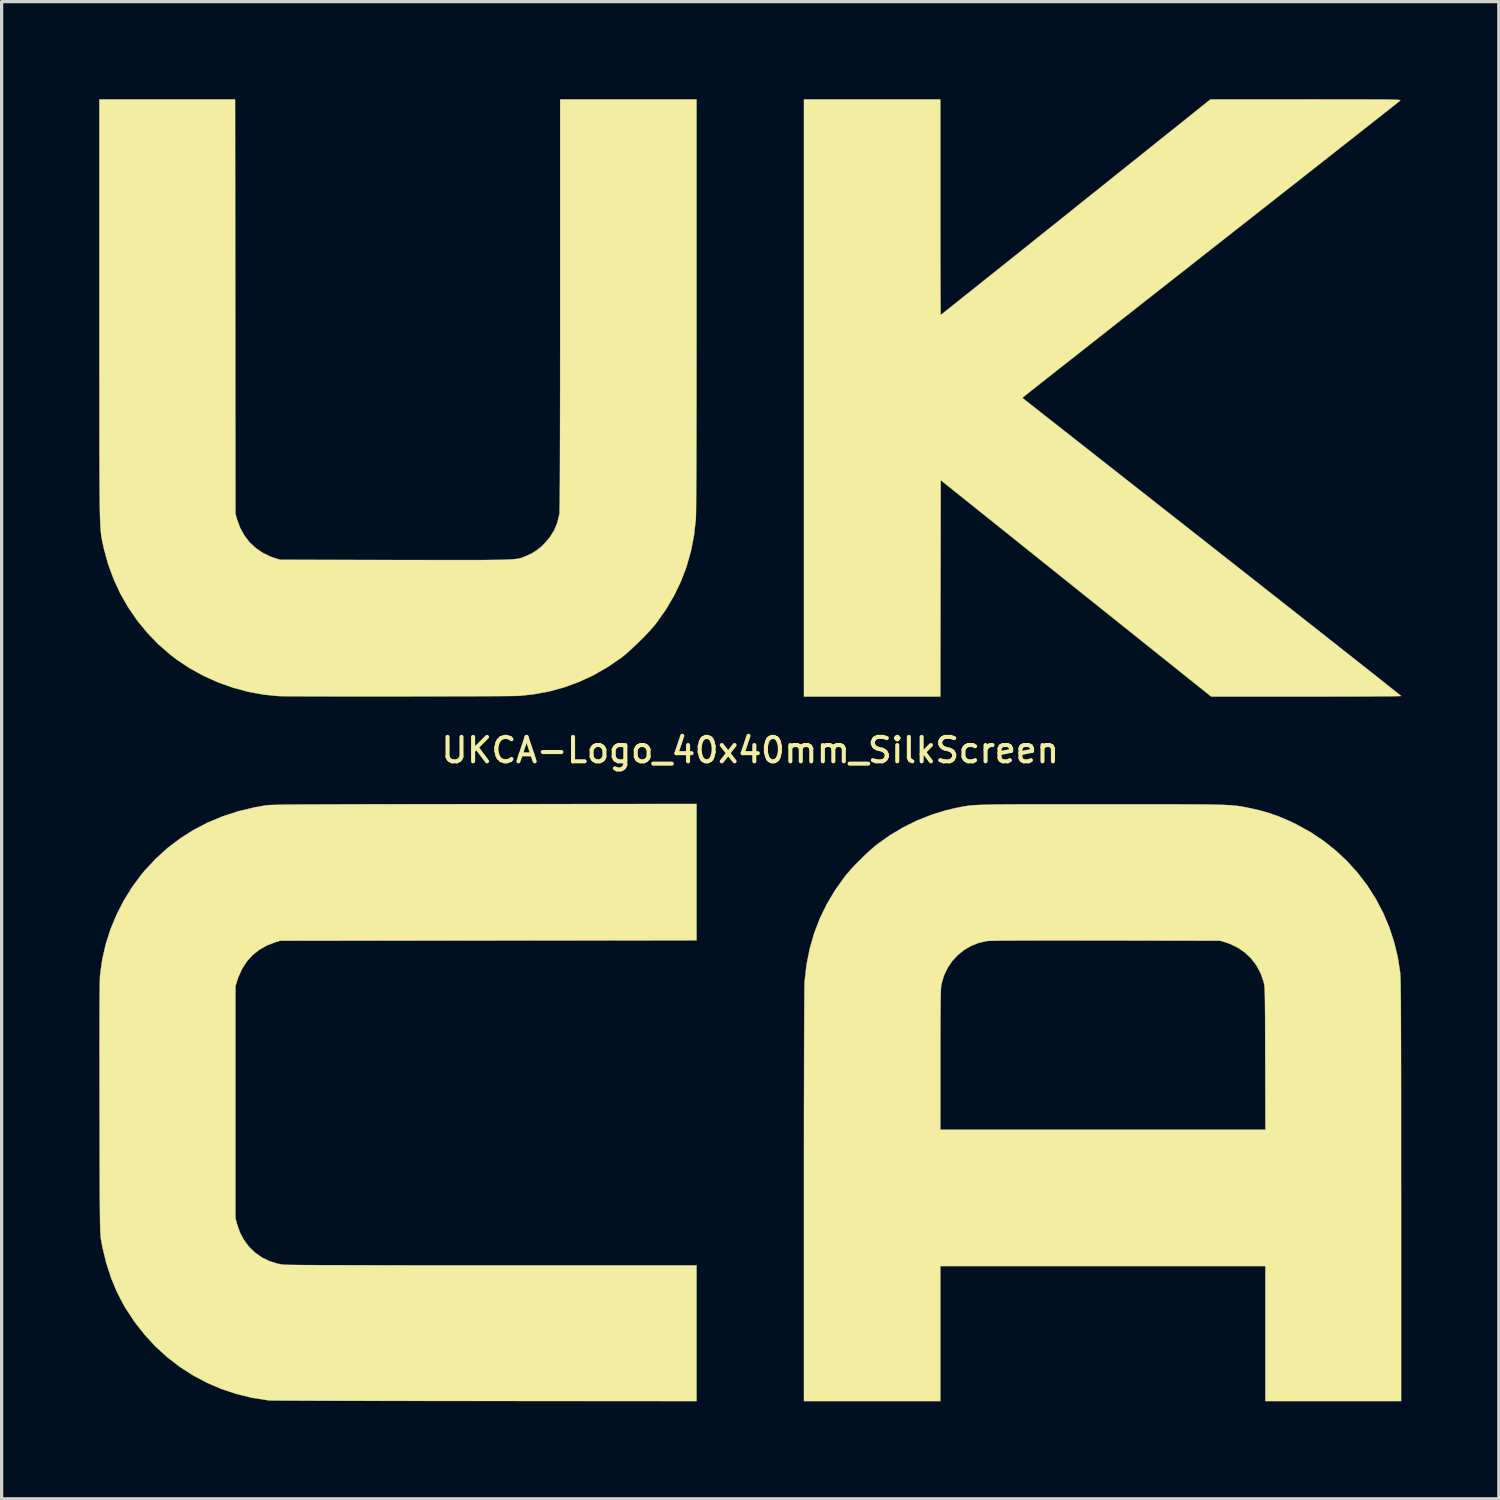
<source format=kicad_pcb>
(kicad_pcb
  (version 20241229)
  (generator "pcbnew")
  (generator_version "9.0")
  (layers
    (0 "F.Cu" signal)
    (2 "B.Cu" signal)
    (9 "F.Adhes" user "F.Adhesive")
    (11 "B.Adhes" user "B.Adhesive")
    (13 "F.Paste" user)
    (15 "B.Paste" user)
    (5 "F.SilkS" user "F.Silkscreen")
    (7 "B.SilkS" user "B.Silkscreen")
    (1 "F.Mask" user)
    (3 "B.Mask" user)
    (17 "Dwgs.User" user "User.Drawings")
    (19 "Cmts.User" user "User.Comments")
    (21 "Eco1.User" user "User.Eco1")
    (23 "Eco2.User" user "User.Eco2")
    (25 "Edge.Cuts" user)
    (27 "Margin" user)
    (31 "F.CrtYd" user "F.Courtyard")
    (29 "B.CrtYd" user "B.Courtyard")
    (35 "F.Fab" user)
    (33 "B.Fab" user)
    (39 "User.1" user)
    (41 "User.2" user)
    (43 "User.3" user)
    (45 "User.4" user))
  (footprint "UKCA-Logo_40x40mm_SilkScreen"
    (layer "F.Cu")
    (at 20.008 20.008)
    (property "Reference" "UKCA-Logo_40x40mm_SilkScreen" (at 0 0 0) (layer "F.SilkS") (effects (font (size 0.75 0.75) (thickness 0.125))))
    (attr exclude_from_pos_files exclude_from_bom allow_missing_courtyard)
    (fp_poly (pts (xy 5.842 -16.69) (xy 5.842 -16.319) (xy 5.842 -15.96) (xy 5.843 -15.614) (xy 5.843 -15.285) (xy 5.844 -14.975) (xy 5.844 -14.685) (xy 5.845 -14.418) (xy 5.846 -14.176) (xy 5.847 -13.962) (xy 5.848 -13.777) (xy 5.849 -13.625) (xy 5.85 -13.507) (xy 5.851 -13.426) (xy 5.852 -13.383) (xy 5.853 -13.377) (xy 5.87 -13.39) (xy 5.919 -13.429) (xy 5.998 -13.491) (xy 6.106 -13.577) (xy 6.241 -13.685) (xy 6.403 -13.813) (xy 6.589 -13.962) (xy 6.798 -14.128) (xy 7.029 -14.313) (xy 7.281 -14.514) (xy 7.552 -14.73) (xy 7.84 -14.96) (xy 8.144 -15.203) (xy 8.463 -15.458) (xy 8.796 -15.724) (xy 9.141 -16) (xy 9.496 -16.284) (xy 9.861 -16.575) (xy 10.004 -16.69) (xy 14.145 -20.003) (xy 17.078 -20.003) (xy 17.489 -20.002) (xy 17.86 -20.002) (xy 18.192 -20.002) (xy 18.488 -20.002) (xy 18.75 -20.002) (xy 18.98 -20.001) (xy 19.179 -20.001) (xy 19.351 -20) (xy 19.497 -19.999) (xy 19.619 -19.997) (xy 19.719 -19.995) (xy 19.799 -19.993) (xy 19.861 -19.991) (xy 19.907 -19.988) (xy 19.94 -19.985) (xy 19.961 -19.982) (xy 19.973 -19.978) (xy 19.977 -19.973) (xy 19.975 -19.968) (xy 19.97 -19.963) (xy 19.951 -19.947) (xy 19.899 -19.906) (xy 19.816 -19.84) (xy 19.704 -19.752) (xy 19.563 -19.641) (xy 19.395 -19.508) (xy 19.201 -19.356) (xy 18.982 -19.183) (xy 18.74 -18.993) (xy 18.475 -18.784) (xy 18.189 -18.56) (xy 17.883 -18.319) (xy 17.559 -18.064) (xy 17.216 -17.795) (xy 16.858 -17.513) (xy 16.484 -17.22) (xy 16.097 -16.915) (xy 15.697 -16.601) (xy 15.285 -16.277) (xy 14.863 -15.946) (xy 14.432 -15.608) (xy 14.192 -15.42) (xy 13.757 -15.078) (xy 13.33 -14.742) (xy 12.912 -14.414) (xy 12.505 -14.095) (xy 12.11 -13.785) (xy 11.729 -13.485) (xy 11.362 -13.196) (xy 11.01 -12.92) (xy 10.676 -12.657) (xy 10.359 -12.408) (xy 10.062 -12.174) (xy 9.785 -11.956) (xy 9.53 -11.756) (xy 9.298 -11.573) (xy 9.09 -11.409) (xy 8.907 -11.265) (xy 8.751 -11.142) (xy 8.623 -11.041) (xy 8.524 -10.962) (xy 8.454 -10.907) (xy 8.417 -10.877) (xy 8.41 -10.871) (xy 8.364 -10.827) (xy 14.183 -6.256) (xy 14.621 -5.911) (xy 15.051 -5.574) (xy 15.471 -5.244) (xy 15.879 -4.922) (xy 16.276 -4.61) (xy 16.659 -4.309) (xy 17.028 -4.019) (xy 17.381 -3.741) (xy 17.717 -3.476) (xy 18.035 -3.226) (xy 18.333 -2.99) (xy 18.611 -2.771) (xy 18.868 -2.569) (xy 19.101 -2.384) (xy 19.311 -2.219) (xy 19.495 -2.073) (xy 19.652 -1.948) (xy 19.782 -1.845) (xy 19.883 -1.765) (xy 19.954 -1.708) (xy 19.994 -1.675) (xy 20.003 -1.668) (xy 19.982 -1.666) (xy 19.921 -1.664) (xy 19.823 -1.662) (xy 19.69 -1.66) (xy 19.524 -1.659) (xy 19.327 -1.657) (xy 19.103 -1.656) (xy 18.854 -1.654) (xy 18.581 -1.653) (xy 18.288 -1.652) (xy 17.977 -1.652) (xy 17.65 -1.651) (xy 17.309 -1.651) (xy 17.084 -1.651) (xy 14.166 -1.651) (xy 10.009 -4.976) (xy 5.853 -8.302) (xy 5.847 -4.976) (xy 5.842 -1.651) (xy 1.651 -1.651) (xy 1.651 -20.003) (xy 5.842 -20.003) (xy 5.842 -16.69)) (stroke (width 0.01) (type solid)) (fill yes) (layer "F.SilkS"))
    (fp_poly (pts (xy -1.651 5.842) (xy -14.446 5.853) (xy -14.604 5.902) (xy -14.864 6.003) (xy -15.096 6.136) (xy -15.3 6.3) (xy -15.475 6.495) (xy -15.619 6.719) (xy -15.732 6.97) (xy -15.763 7.06) (xy -15.822 7.25) (xy -15.822 14.383) (xy -15.775 14.559) (xy -15.686 14.816) (xy -15.563 15.048) (xy -15.409 15.255) (xy -15.227 15.434) (xy -15.019 15.583) (xy -14.788 15.698) (xy -14.537 15.778) (xy -14.365 15.81) (xy -14.329 15.813) (xy -14.257 15.815) (xy -14.15 15.817) (xy -14.007 15.819) (xy -13.827 15.821) (xy -13.61 15.823) (xy -13.356 15.824) (xy -13.064 15.826) (xy -12.735 15.827) (xy -12.366 15.828) (xy -11.959 15.829) (xy -11.512 15.83) (xy -11.025 15.831) (xy -10.498 15.832) (xy -9.931 15.832) (xy -9.322 15.832) (xy -8.672 15.833) (xy -7.981 15.833) (xy -1.651 15.833) (xy -1.651 20.003) (xy -8.154 20) (xy -8.678 19.999) (xy -9.192 19.999) (xy -9.693 19.999) (xy -10.182 19.998) (xy -10.655 19.997) (xy -11.111 19.997) (xy -11.549 19.996) (xy -11.967 19.995) (xy -12.362 19.994) (xy -12.735 19.993) (xy -13.082 19.992) (xy -13.402 19.991) (xy -13.694 19.99) (xy -13.956 19.988) (xy -14.186 19.987) (xy -14.382 19.986) (xy -14.544 19.984) (xy -14.668 19.983) (xy -14.754 19.982) (xy -14.8 19.98) (xy -14.806 19.98) (xy -15.304 19.902) (xy -15.786 19.785) (xy -16.253 19.63) (xy -16.701 19.437) (xy -17.13 19.209) (xy -17.537 18.947) (xy -17.922 18.65) (xy -18.282 18.321) (xy -18.615 17.96) (xy -18.921 17.569) (xy -19.197 17.149) (xy -19.276 17.014) (xy -19.477 16.621) (xy -19.648 16.205) (xy -19.791 15.762) (xy -19.906 15.29) (xy -19.953 15.039) (xy -19.958 15.01) (xy -19.962 14.978) (xy -19.966 14.941) (xy -19.969 14.896) (xy -19.973 14.842) (xy -19.976 14.776) (xy -19.978 14.698) (xy -19.98 14.605) (xy -19.983 14.494) (xy -19.984 14.365) (xy -19.986 14.215) (xy -19.988 14.043) (xy -19.989 13.846) (xy -19.99 13.623) (xy -19.992 13.371) (xy -19.993 13.089) (xy -19.994 12.775) (xy -19.994 12.427) (xy -19.995 12.043) (xy -19.996 11.622) (xy -19.997 11.16) (xy -19.998 10.986) (xy -19.998 10.452) (xy -19.999 9.959) (xy -19.999 9.507) (xy -20 9.094) (xy -19.999 8.72) (xy -19.999 8.384) (xy -19.998 8.084) (xy -19.997 7.82) (xy -19.995 7.591) (xy -19.994 7.395) (xy -19.992 7.232) (xy -19.989 7.101) (xy -19.987 7.002) (xy -19.984 6.932) (xy -19.981 6.9) (xy -19.914 6.423) (xy -19.806 5.952) (xy -19.658 5.491) (xy -19.471 5.043) (xy -19.248 4.61) (xy -18.989 4.195) (xy -18.696 3.802) (xy -18.602 3.69) (xy -18.265 3.329) (xy -17.902 3) (xy -17.514 2.706) (xy -17.101 2.445) (xy -16.665 2.219) (xy -16.207 2.029) (xy -15.726 1.873) (xy -15.225 1.754) (xy -14.92 1.7) (xy -14.895 1.697) (xy -14.867 1.693) (xy -14.833 1.69) (xy -14.794 1.687) (xy -14.747 1.685) (xy -14.691 1.682) (xy -14.625 1.68) (xy -14.547 1.678) (xy -14.455 1.676) (xy -14.349 1.674) (xy -14.226 1.672) (xy -14.085 1.671) (xy -13.926 1.669) (xy -13.746 1.668) (xy -13.544 1.667) (xy -13.318 1.666) (xy -13.068 1.665) (xy -12.792 1.664) (xy -12.487 1.663) (xy -12.154 1.662) (xy -11.789 1.661) (xy -11.393 1.661) (xy -10.964 1.66) (xy -10.499 1.659) (xy -9.998 1.659) (xy -9.459 1.658) (xy -8.881 1.657) (xy -8.263 1.657) (xy -8.165 1.657) (xy -1.651 1.65) (xy -1.651 5.842)) (stroke (width 0.01) (type solid)) (fill yes) (layer "F.SilkS"))
    (fp_poly (pts (xy -15.828 -13.637) (xy -15.822 -7.271) (xy -15.775 -7.101) (xy -15.681 -6.842) (xy -15.553 -6.607) (xy -15.394 -6.398) (xy -15.204 -6.218) (xy -14.985 -6.068) (xy -14.741 -5.95) (xy -14.604 -5.902) (xy -14.446 -5.853) (xy -10.923 -5.847) (xy -10.459 -5.846) (xy -10.034 -5.846) (xy -9.648 -5.845) (xy -9.299 -5.845) (xy -8.984 -5.845) (xy -8.701 -5.845) (xy -8.449 -5.845) (xy -8.225 -5.846) (xy -8.028 -5.848) (xy -7.855 -5.85) (xy -7.705 -5.852) (xy -7.575 -5.855) (xy -7.464 -5.859) (xy -7.37 -5.864) (xy -7.29 -5.869) (xy -7.222 -5.876) (xy -7.165 -5.883) (xy -7.117 -5.891) (xy -7.076 -5.9) (xy -7.039 -5.911) (xy -7.005 -5.922) (xy -6.972 -5.935) (xy -6.937 -5.949) (xy -6.912 -5.959) (xy -6.724 -6.045) (xy -6.562 -6.144) (xy -6.41 -6.268) (xy -6.338 -6.338) (xy -6.163 -6.54) (xy -6.027 -6.758) (xy -5.928 -6.996) (xy -5.866 -7.254) (xy -5.865 -7.26) (xy -5.862 -7.294) (xy -5.86 -7.364) (xy -5.858 -7.471) (xy -5.856 -7.615) (xy -5.854 -7.797) (xy -5.852 -8.016) (xy -5.85 -8.274) (xy -5.849 -8.57) (xy -5.848 -8.904) (xy -5.847 -9.279) (xy -5.846 -9.692) (xy -5.845 -10.146) (xy -5.844 -10.639) (xy -5.843 -11.174) (xy -5.843 -11.749) (xy -5.842 -12.366) (xy -5.842 -13.024) (xy -5.842 -13.7) (xy -5.842 -20.003) (xy -1.651 -20.003) (xy -1.651 -13.69) (xy -1.651 -12.998) (xy -1.651 -12.342) (xy -1.652 -11.724) (xy -1.652 -11.141) (xy -1.653 -10.597) (xy -1.654 -10.09) (xy -1.655 -9.62) (xy -1.656 -9.19) (xy -1.657 -8.798) (xy -1.658 -8.445) (xy -1.66 -8.132) (xy -1.662 -7.859) (xy -1.663 -7.626) (xy -1.665 -7.434) (xy -1.667 -7.282) (xy -1.67 -7.173) (xy -1.672 -7.105) (xy -1.673 -7.091) (xy -1.731 -6.587) (xy -1.827 -6.101) (xy -1.962 -5.631) (xy -2.136 -5.177) (xy -2.35 -4.736) (xy -2.604 -4.308) (xy -2.897 -3.895) (xy -2.982 -3.792) (xy -3.092 -3.668) (xy -3.221 -3.532) (xy -3.362 -3.389) (xy -3.508 -3.247) (xy -3.651 -3.112) (xy -3.785 -2.991) (xy -3.903 -2.892) (xy -3.962 -2.846) (xy -4.382 -2.557) (xy -4.816 -2.309) (xy -5.262 -2.101) (xy -5.721 -1.933) (xy -6.195 -1.805) (xy -6.684 -1.716) (xy -7.101 -1.673) (xy -7.148 -1.671) (xy -7.234 -1.669) (xy -7.357 -1.667) (xy -7.514 -1.666) (xy -7.703 -1.664) (xy -7.92 -1.663) (xy -8.162 -1.662) (xy -8.428 -1.66) (xy -8.713 -1.659) (xy -9.016 -1.658) (xy -9.334 -1.658) (xy -9.664 -1.657) (xy -10.003 -1.656) (xy -10.348 -1.656) (xy -10.697 -1.655) (xy -11.047 -1.655) (xy -11.394 -1.655) (xy -11.737 -1.655) (xy -12.073 -1.655) (xy -12.398 -1.655) (xy -12.711 -1.655) (xy -13.007 -1.656) (xy -13.285 -1.656) (xy -13.542 -1.657) (xy -13.775 -1.658) (xy -13.98 -1.659) (xy -14.157 -1.66) (xy -14.301 -1.661) (xy -14.409 -1.663) (xy -14.48 -1.665) (xy -14.499 -1.665) (xy -14.97 -1.712) (xy -15.439 -1.799) (xy -15.903 -1.925) (xy -16.357 -2.087) (xy -16.796 -2.284) (xy -17.216 -2.514) (xy -17.611 -2.775) (xy -17.822 -2.936) (xy -18.194 -3.261) (xy -18.535 -3.614) (xy -18.845 -3.994) (xy -19.122 -4.398) (xy -19.364 -4.823) (xy -19.569 -5.268) (xy -19.738 -5.729) (xy -19.867 -6.204) (xy -19.886 -6.29) (xy -19.897 -6.341) (xy -19.907 -6.388) (xy -19.917 -6.433) (xy -19.926 -6.478) (xy -19.934 -6.522) (xy -19.942 -6.569) (xy -19.949 -6.619) (xy -19.955 -6.674) (xy -19.961 -6.736) (xy -19.967 -6.805) (xy -19.972 -6.884) (xy -19.976 -6.974) (xy -19.98 -7.076) (xy -19.984 -7.192) (xy -19.987 -7.324) (xy -19.99 -7.472) (xy -19.992 -7.638) (xy -19.994 -7.824) (xy -19.996 -8.031) (xy -19.998 -8.261) (xy -19.999 -8.515) (xy -20 -8.795) (xy -20.001 -9.101) (xy -20.001 -9.437) (xy -20.002 -9.802) (xy -20.002 -10.199) (xy -20.002 -10.629) (xy -20.002 -11.093) (xy -20.003 -11.593) (xy -20.003 -12.131) (xy -20.003 -12.707) (xy -20.003 -13.324) (xy -20.003 -13.541) (xy -20.003 -20.003) (xy -15.833 -20.003) (xy -15.828 -13.637)) (stroke (width 0.01) (type solid)) (fill yes) (layer "F.SilkS"))
    (fp_poly (pts (xy 10.461 1.662) (xy 10.816 1.662) (xy 11.295 1.662) (xy 11.734 1.662) (xy 12.134 1.662) (xy 12.498 1.662) (xy 12.828 1.662) (xy 13.125 1.663) (xy 13.393 1.664) (xy 13.633 1.665) (xy 13.846 1.666) (xy 14.036 1.668) (xy 14.203 1.671) (xy 14.351 1.674) (xy 14.48 1.677) (xy 14.594 1.682) (xy 14.694 1.687) (xy 14.783 1.692) (xy 14.861 1.699) (xy 14.932 1.706) (xy 14.997 1.714) (xy 15.059 1.723) (xy 15.119 1.734) (xy 15.179 1.745) (xy 15.242 1.757) (xy 15.31 1.771) (xy 15.348 1.778) (xy 15.665 1.85) (xy 15.964 1.936) (xy 16.257 2.041) (xy 16.558 2.169) (xy 16.785 2.278) (xy 17.217 2.516) (xy 17.623 2.787) (xy 18.003 3.089) (xy 18.354 3.42) (xy 18.676 3.778) (xy 18.966 4.16) (xy 19.224 4.565) (xy 19.448 4.991) (xy 19.637 5.435) (xy 19.789 5.897) (xy 19.903 6.372) (xy 19.971 6.813) (xy 19.974 6.843) (xy 19.977 6.882) (xy 19.98 6.929) (xy 19.982 6.988) (xy 19.985 7.058) (xy 19.987 7.142) (xy 19.989 7.241) (xy 19.99 7.356) (xy 19.992 7.488) (xy 19.994 7.64) (xy 19.995 7.813) (xy 19.996 8.007) (xy 19.997 8.224) (xy 19.998 8.467) (xy 19.999 8.735) (xy 20 9.031) (xy 20 9.356) (xy 20.001 9.711) (xy 20.001 10.097) (xy 20.002 10.517) (xy 20.002 10.972) (xy 20.002 11.462) (xy 20.002 11.989) (xy 20.002 12.556) (xy 20.002 13.162) (xy 20.003 13.541) (xy 20.003 20.003) (xy 15.833 20.003) (xy 15.833 15.854) (xy 5.842 15.854) (xy 5.842 20.003) (xy 1.651 20.003) (xy 1.651 13.69) (xy 1.651 13.007) (xy 1.651 12.359) (xy 1.652 11.746) (xy 1.652 11.663) (xy 5.842 11.663) (xy 15.834 11.663) (xy 15.828 9.467) (xy 15.827 9.114) (xy 15.826 8.801) (xy 15.825 8.525) (xy 15.824 8.284) (xy 15.823 8.075) (xy 15.821 7.895) (xy 15.82 7.742) (xy 15.818 7.613) (xy 15.816 7.506) (xy 15.813 7.418) (xy 15.81 7.347) (xy 15.807 7.289) (xy 15.803 7.243) (xy 15.798 7.205) (xy 15.792 7.174) (xy 15.786 7.146) (xy 15.779 7.119) (xy 15.774 7.101) (xy 15.681 6.842) (xy 15.554 6.608) (xy 15.395 6.399) (xy 15.206 6.219) (xy 14.988 6.069) (xy 14.744 5.951) (xy 14.604 5.902) (xy 14.446 5.853) (xy 10.943 5.846) (xy 10.444 5.846) (xy 9.986 5.845) (xy 9.568 5.845) (xy 9.188 5.845) (xy 8.847 5.845) (xy 8.542 5.846) (xy 8.273 5.847) (xy 8.038 5.848) (xy 7.837 5.849) (xy 7.668 5.851) (xy 7.529 5.853) (xy 7.421 5.856) (xy 7.341 5.859) (xy 7.289 5.862) (xy 7.273 5.864) (xy 7.021 5.92) (xy 6.785 6.014) (xy 6.567 6.142) (xy 6.372 6.3) (xy 6.202 6.486) (xy 6.061 6.695) (xy 5.953 6.925) (xy 5.881 7.172) (xy 5.872 7.217) (xy 5.867 7.253) (xy 5.863 7.303) (xy 5.859 7.369) (xy 5.856 7.455) (xy 5.853 7.562) (xy 5.85 7.693) (xy 5.848 7.85) (xy 5.847 8.035) (xy 5.845 8.251) (xy 5.844 8.5) (xy 5.844 8.784) (xy 5.843 9.105) (xy 5.843 9.466) (xy 5.843 9.52) (xy 5.842 11.663) (xy 1.652 11.663) (xy 1.652 11.169) (xy 1.653 10.628) (xy 1.654 10.123) (xy 1.655 9.655) (xy 1.656 9.225) (xy 1.657 8.832) (xy 1.658 8.478) (xy 1.66 8.162) (xy 1.661 7.886) (xy 1.663 7.649) (xy 1.665 7.453) (xy 1.667 7.298) (xy 1.669 7.183) (xy 1.671 7.111) (xy 1.673 7.091) (xy 1.731 6.586) (xy 1.829 6.096) (xy 1.966 5.621) (xy 2.142 5.163) (xy 2.357 4.721) (xy 2.611 4.296) (xy 2.903 3.889) (xy 2.961 3.816) (xy 3.059 3.701) (xy 3.181 3.568) (xy 3.32 3.425) (xy 3.466 3.281) (xy 3.611 3.142) (xy 3.749 3.019) (xy 3.869 2.917) (xy 3.895 2.897) (xy 4.284 2.619) (xy 4.697 2.373) (xy 5.127 2.16) (xy 5.57 1.984) (xy 6.02 1.845) (xy 6.308 1.778) (xy 6.377 1.764) (xy 6.44 1.751) (xy 6.499 1.739) (xy 6.557 1.728) (xy 6.615 1.719) (xy 6.675 1.71) (xy 6.74 1.702) (xy 6.81 1.695) (xy 6.89 1.689) (xy 6.979 1.684) (xy 7.081 1.679) (xy 7.198 1.675) (xy 7.33 1.672) (xy 7.482 1.669) (xy 7.654 1.667) (xy 7.848 1.665) (xy 8.068 1.664) (xy 8.313 1.663) (xy 8.588 1.662) (xy 8.893 1.662) (xy 9.231 1.662) (xy 9.603 1.662) (xy 10.013 1.662) (xy 10.461 1.662)) (stroke (width 0.01) (type solid)) (fill yes) (layer "F.SilkS")))
  (gr_rect
    (start -3 -3)
    (end 43.015 43.015)
    (stroke (width 0.1) (type default))
    (fill no)
    (layer "Edge.Cuts")))
</source>
